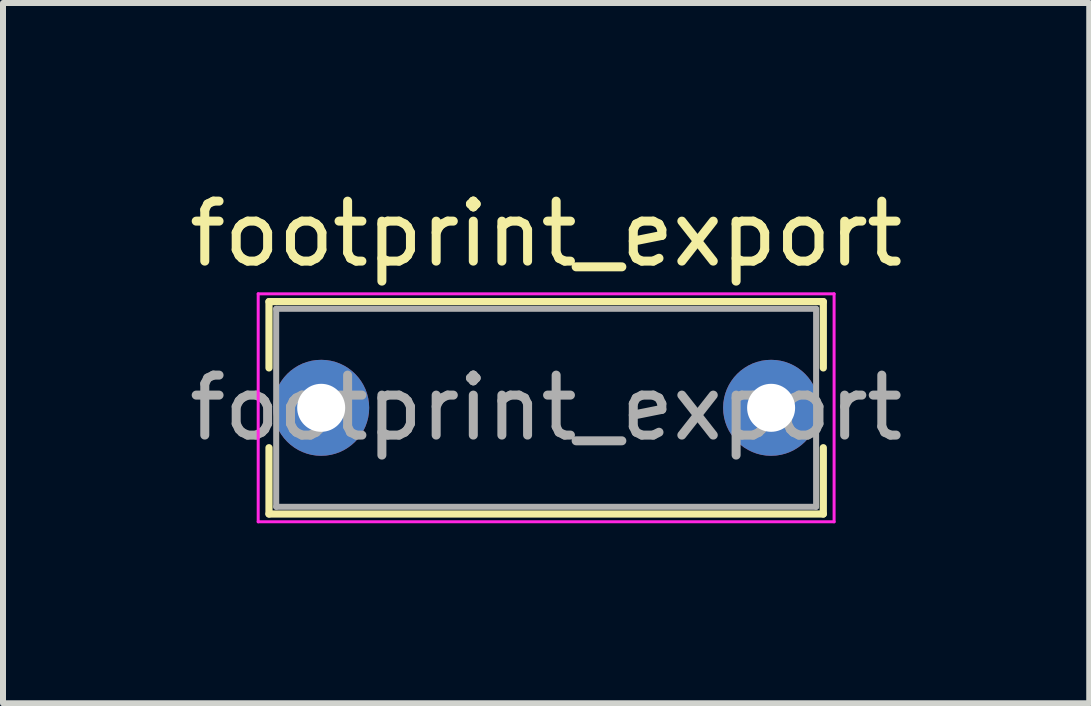
<source format=kicad_pcb>
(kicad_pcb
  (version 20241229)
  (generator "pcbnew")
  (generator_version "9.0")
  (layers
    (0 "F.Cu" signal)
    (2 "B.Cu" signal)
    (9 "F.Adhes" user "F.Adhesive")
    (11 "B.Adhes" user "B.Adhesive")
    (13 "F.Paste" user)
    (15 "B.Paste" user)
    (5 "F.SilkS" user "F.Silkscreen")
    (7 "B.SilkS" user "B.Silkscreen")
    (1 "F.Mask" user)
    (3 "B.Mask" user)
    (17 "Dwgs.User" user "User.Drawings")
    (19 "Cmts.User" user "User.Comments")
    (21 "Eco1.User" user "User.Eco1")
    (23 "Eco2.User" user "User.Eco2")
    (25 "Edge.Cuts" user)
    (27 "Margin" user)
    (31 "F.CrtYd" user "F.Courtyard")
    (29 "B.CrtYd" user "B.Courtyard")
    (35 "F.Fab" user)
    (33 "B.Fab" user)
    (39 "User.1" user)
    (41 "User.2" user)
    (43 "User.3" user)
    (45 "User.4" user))
  (footprint "footprint_export"
    (layer "F.Cu")
    (at 2.304 3.748)
    (property "Reference" "footprint_export" (at 3.75 -2.9 0) (layer "F.SilkS") (effects (font (size 1 1) (thickness 0.15))))
    (attr through_hole)
    (fp_line (start -0.87 -1.77) (end -0.87 -0.665) (stroke (width 0.12) (type solid)) (layer "F.SilkS"))
    (fp_line (start -0.87 -1.77) (end 8.37 -1.77) (stroke (width 0.12) (type solid)) (layer "F.SilkS"))
    (fp_line (start -0.87 0.665) (end -0.87 1.77) (stroke (width 0.12) (type solid)) (layer "F.SilkS"))
    (fp_line (start -0.87 1.77) (end 8.37 1.77) (stroke (width 0.12) (type solid)) (layer "F.SilkS"))
    (fp_line (start 8.37 -1.77) (end 8.37 -0.665) (stroke (width 0.12) (type solid)) (layer "F.SilkS"))
    (fp_line (start 8.37 0.665) (end 8.37 1.77) (stroke (width 0.12) (type solid)) (layer "F.SilkS"))
    (fp_line (start -1.05 -1.9) (end -1.05 1.9) (stroke (width 0.05) (type solid)) (layer "F.CrtYd"))
    (fp_line (start -1.05 1.9) (end 8.55 1.9) (stroke (width 0.05) (type solid)) (layer "F.CrtYd"))
    (fp_line (start 8.55 -1.9) (end -1.05 -1.9) (stroke (width 0.05) (type solid)) (layer "F.CrtYd"))
    (fp_line (start 8.55 1.9) (end 8.55 -1.9) (stroke (width 0.05) (type solid)) (layer "F.CrtYd"))
    (fp_line (start -0.75 -1.65) (end -0.75 1.65) (stroke (width 0.1) (type solid)) (layer "F.Fab"))
    (fp_line (start -0.75 1.65) (end 8.25 1.65) (stroke (width 0.1) (type solid)) (layer "F.Fab"))
    (fp_line (start 8.25 -1.65) (end -0.75 -1.65) (stroke (width 0.1) (type solid)) (layer "F.Fab"))
    (fp_line (start 8.25 1.65) (end 8.25 -1.65) (stroke (width 0.1) (type solid)) (layer "F.Fab"))
    (fp_text user "${REFERENCE}" (at 3.75 0 0) (layer "F.Fab") (effects (font (size 1 1) (thickness 0.15))))
    (pad "1" thru_hole circle (at 0 0) (size 1.6 1.6) (drill 0.8) (layers "*.Cu" "*.Mask"))
    (pad "2" thru_hole circle (at 7.5 0) (size 1.6 1.6) (drill 0.8) (layers "*.Cu" "*.Mask")))
  (gr_rect
    (start -3 -3)
    (end 15.107 8.673)
    (stroke (width 0.1) (type default))
    (fill no)
    (layer "Edge.Cuts")))
</source>
